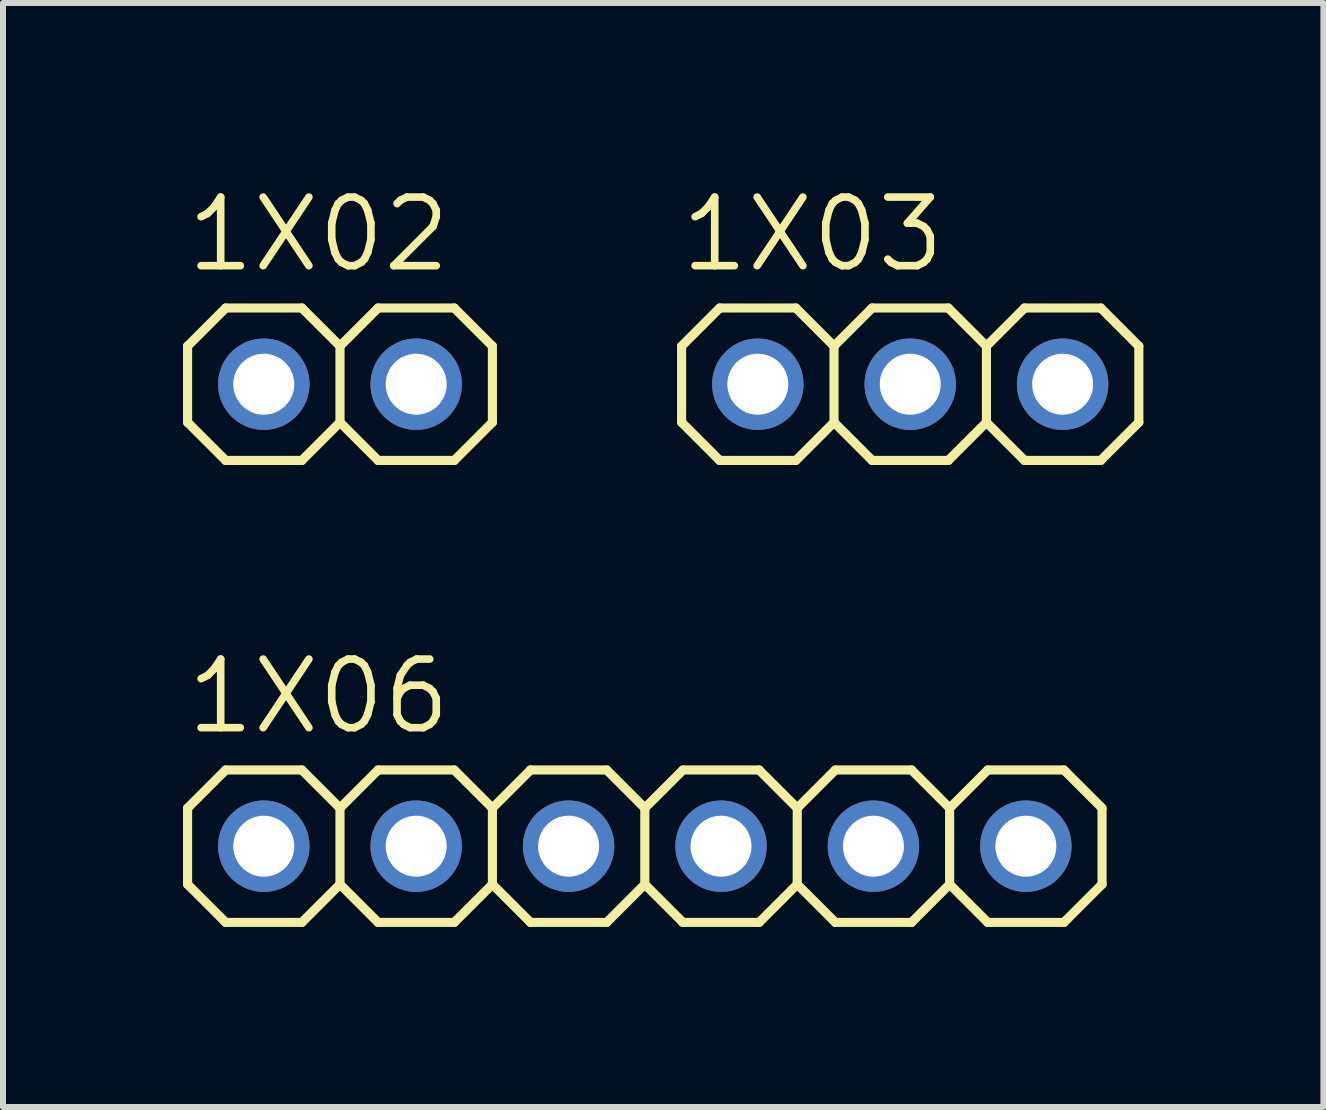
<source format=kicad_pcb>
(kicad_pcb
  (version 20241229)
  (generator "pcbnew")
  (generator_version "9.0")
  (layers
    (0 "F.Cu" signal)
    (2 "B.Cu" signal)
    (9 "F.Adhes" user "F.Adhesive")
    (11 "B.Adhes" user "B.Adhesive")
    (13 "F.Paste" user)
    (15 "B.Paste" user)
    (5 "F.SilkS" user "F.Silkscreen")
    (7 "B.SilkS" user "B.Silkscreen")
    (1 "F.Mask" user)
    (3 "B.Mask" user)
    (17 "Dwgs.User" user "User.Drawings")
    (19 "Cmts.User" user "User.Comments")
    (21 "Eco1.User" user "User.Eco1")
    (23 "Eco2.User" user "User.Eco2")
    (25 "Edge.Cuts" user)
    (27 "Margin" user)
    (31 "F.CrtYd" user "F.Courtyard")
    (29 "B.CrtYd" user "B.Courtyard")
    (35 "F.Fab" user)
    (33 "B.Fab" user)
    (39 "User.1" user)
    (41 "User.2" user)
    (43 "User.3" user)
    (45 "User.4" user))
  (footprint "1X03"
    (layer "F.Cu")
    (at 12.119 3.353)
    (property "Reference" "1X03" (at -3.886 -1.829 0) (layer "F.SilkS") (effects (font (size 1.143 1.143) (thickness 0.127)) (justify left bottom)))
    (fp_line (start -3.81 -0.635) (end -3.81 0.635) (stroke (width 0.152) (type solid)) (layer "F.SilkS"))
    (fp_line (start -3.81 0.635) (end -3.175 1.27) (stroke (width 0.152) (type solid)) (layer "F.SilkS"))
    (fp_line (start -3.175 -1.27) (end -3.81 -0.635) (stroke (width 0.152) (type solid)) (layer "F.SilkS"))
    (fp_line (start -3.175 -1.27) (end -1.905 -1.27) (stroke (width 0.152) (type solid)) (layer "F.SilkS"))
    (fp_line (start -1.905 -1.27) (end -1.27 -0.635) (stroke (width 0.152) (type solid)) (layer "F.SilkS"))
    (fp_line (start -1.905 1.27) (end -3.175 1.27) (stroke (width 0.152) (type solid)) (layer "F.SilkS"))
    (fp_line (start -1.27 -0.635) (end -1.27 0.635) (stroke (width 0.152) (type solid)) (layer "F.SilkS"))
    (fp_line (start -1.27 -0.635) (end -0.635 -1.27) (stroke (width 0.152) (type solid)) (layer "F.SilkS"))
    (fp_line (start -1.27 0.635) (end -1.905 1.27) (stroke (width 0.152) (type solid)) (layer "F.SilkS"))
    (fp_line (start -0.635 -1.27) (end 0.635 -1.27) (stroke (width 0.152) (type solid)) (layer "F.SilkS"))
    (fp_line (start -0.635 1.27) (end -1.27 0.635) (stroke (width 0.152) (type solid)) (layer "F.SilkS"))
    (fp_line (start 0.635 -1.27) (end 1.27 -0.635) (stroke (width 0.152) (type solid)) (layer "F.SilkS"))
    (fp_line (start 0.635 1.27) (end -0.635 1.27) (stroke (width 0.152) (type solid)) (layer "F.SilkS"))
    (fp_line (start 1.27 -0.635) (end 1.27 0.635) (stroke (width 0.152) (type solid)) (layer "F.SilkS"))
    (fp_line (start 1.27 -0.635) (end 1.905 -1.27) (stroke (width 0.152) (type solid)) (layer "F.SilkS"))
    (fp_line (start 1.27 0.635) (end 0.635 1.27) (stroke (width 0.152) (type solid)) (layer "F.SilkS"))
    (fp_line (start 1.905 -1.27) (end 3.175 -1.27) (stroke (width 0.152) (type solid)) (layer "F.SilkS"))
    (fp_line (start 1.905 1.27) (end 1.27 0.635) (stroke (width 0.152) (type solid)) (layer "F.SilkS"))
    (fp_line (start 3.175 -1.27) (end 3.81 -0.635) (stroke (width 0.152) (type solid)) (layer "F.SilkS"))
    (fp_line (start 3.175 1.27) (end 1.905 1.27) (stroke (width 0.152) (type solid)) (layer "F.SilkS"))
    (fp_line (start 3.81 -0.635) (end 3.81 0.635) (stroke (width 0.152) (type solid)) (layer "F.SilkS"))
    (fp_line (start 3.81 0.635) (end 3.175 1.27) (stroke (width 0.152) (type solid)) (layer "F.SilkS"))
    (fp_poly (pts (xy -2.794 0.254) (xy -2.286 0.254) (xy -2.286 -0.254) (xy -2.794 -0.254)) (stroke (width 0.1) (type solid)) (fill no) (layer "F.Fab"))
    (fp_poly (pts (xy -0.254 0.254) (xy 0.254 0.254) (xy 0.254 -0.254) (xy -0.254 -0.254)) (stroke (width 0.1) (type solid)) (fill no) (layer "F.Fab"))
    (fp_poly (pts (xy 2.286 0.254) (xy 2.794 0.254) (xy 2.794 -0.254) (xy 2.286 -0.254)) (stroke (width 0.1) (type solid)) (fill no) (layer "F.Fab"))
    (pad "1" thru_hole circle (at -2.54 0 90) (size 1.524 1.524) (drill 1.016) (layers "*.Cu" "*.Mask"))
    (pad "2" thru_hole circle (at 0 0 90) (size 1.524 1.524) (drill 1.016) (layers "*.Cu" "*.Mask"))
    (pad "3" thru_hole circle (at 2.54 0 90) (size 1.524 1.524) (drill 1.016) (layers "*.Cu" "*.Mask")))
  (footprint "1X06"
    (layer "F.Cu")
    (at 7.696 11.052)
    (property "Reference" "1X06" (at -7.696 -1.829 0) (layer "F.SilkS") (effects (font (size 1.143 1.143) (thickness 0.127)) (justify left bottom)))
    (fp_line (start -7.62 -0.635) (end -7.62 0.635) (stroke (width 0.152) (type solid)) (layer "F.SilkS"))
    (fp_line (start -7.62 0.635) (end -6.985 1.27) (stroke (width 0.152) (type solid)) (layer "F.SilkS"))
    (fp_line (start -6.985 -1.27) (end -7.62 -0.635) (stroke (width 0.152) (type solid)) (layer "F.SilkS"))
    (fp_line (start -6.985 -1.27) (end -5.715 -1.27) (stroke (width 0.152) (type solid)) (layer "F.SilkS"))
    (fp_line (start -5.715 -1.27) (end -5.08 -0.635) (stroke (width 0.152) (type solid)) (layer "F.SilkS"))
    (fp_line (start -5.715 1.27) (end -6.985 1.27) (stroke (width 0.152) (type solid)) (layer "F.SilkS"))
    (fp_line (start -5.08 -0.635) (end -5.08 0.635) (stroke (width 0.152) (type solid)) (layer "F.SilkS"))
    (fp_line (start -5.08 -0.635) (end -4.445 -1.27) (stroke (width 0.152) (type solid)) (layer "F.SilkS"))
    (fp_line (start -5.08 0.635) (end -5.715 1.27) (stroke (width 0.152) (type solid)) (layer "F.SilkS"))
    (fp_line (start -4.445 -1.27) (end -3.175 -1.27) (stroke (width 0.152) (type solid)) (layer "F.SilkS"))
    (fp_line (start -4.445 1.27) (end -5.08 0.635) (stroke (width 0.152) (type solid)) (layer "F.SilkS"))
    (fp_line (start -3.175 -1.27) (end -2.54 -0.635) (stroke (width 0.152) (type solid)) (layer "F.SilkS"))
    (fp_line (start -3.175 1.27) (end -4.445 1.27) (stroke (width 0.152) (type solid)) (layer "F.SilkS"))
    (fp_line (start -2.54 -0.635) (end -2.54 0.635) (stroke (width 0.152) (type solid)) (layer "F.SilkS"))
    (fp_line (start -2.54 -0.635) (end -1.905 -1.27) (stroke (width 0.152) (type solid)) (layer "F.SilkS"))
    (fp_line (start -2.54 0.635) (end -3.175 1.27) (stroke (width 0.152) (type solid)) (layer "F.SilkS"))
    (fp_line (start -1.905 -1.27) (end -0.635 -1.27) (stroke (width 0.152) (type solid)) (layer "F.SilkS"))
    (fp_line (start -1.905 1.27) (end -2.54 0.635) (stroke (width 0.152) (type solid)) (layer "F.SilkS"))
    (fp_line (start -0.635 -1.27) (end 0 -0.635) (stroke (width 0.152) (type solid)) (layer "F.SilkS"))
    (fp_line (start -0.635 1.27) (end -1.905 1.27) (stroke (width 0.152) (type solid)) (layer "F.SilkS"))
    (fp_line (start 0 -0.635) (end 0 0.635) (stroke (width 0.152) (type solid)) (layer "F.SilkS"))
    (fp_line (start 0 0.635) (end -0.635 1.27) (stroke (width 0.152) (type solid)) (layer "F.SilkS"))
    (fp_line (start 0 0.635) (end 0.635 1.27) (stroke (width 0.152) (type solid)) (layer "F.SilkS"))
    (fp_line (start 0.635 -1.27) (end 0 -0.635) (stroke (width 0.152) (type solid)) (layer "F.SilkS"))
    (fp_line (start 0.635 -1.27) (end 1.905 -1.27) (stroke (width 0.152) (type solid)) (layer "F.SilkS"))
    (fp_line (start 1.905 -1.27) (end 2.54 -0.635) (stroke (width 0.152) (type solid)) (layer "F.SilkS"))
    (fp_line (start 1.905 1.27) (end 0.635 1.27) (stroke (width 0.152) (type solid)) (layer "F.SilkS"))
    (fp_line (start 2.54 -0.635) (end 2.54 0.635) (stroke (width 0.152) (type solid)) (layer "F.SilkS"))
    (fp_line (start 2.54 -0.635) (end 3.175 -1.27) (stroke (width 0.152) (type solid)) (layer "F.SilkS"))
    (fp_line (start 2.54 0.635) (end 1.905 1.27) (stroke (width 0.152) (type solid)) (layer "F.SilkS"))
    (fp_line (start 3.175 -1.27) (end 4.445 -1.27) (stroke (width 0.152) (type solid)) (layer "F.SilkS"))
    (fp_line (start 3.175 1.27) (end 2.54 0.635) (stroke (width 0.152) (type solid)) (layer "F.SilkS"))
    (fp_line (start 4.445 -1.27) (end 5.08 -0.635) (stroke (width 0.152) (type solid)) (layer "F.SilkS"))
    (fp_line (start 4.445 1.27) (end 3.175 1.27) (stroke (width 0.152) (type solid)) (layer "F.SilkS"))
    (fp_line (start 5.08 -0.635) (end 5.08 0.635) (stroke (width 0.152) (type solid)) (layer "F.SilkS"))
    (fp_line (start 5.08 0.635) (end 4.445 1.27) (stroke (width 0.152) (type solid)) (layer "F.SilkS"))
    (fp_line (start 5.08 0.635) (end 5.715 1.27) (stroke (width 0.152) (type solid)) (layer "F.SilkS"))
    (fp_line (start 5.715 -1.27) (end 5.08 -0.635) (stroke (width 0.152) (type solid)) (layer "F.SilkS"))
    (fp_line (start 5.715 -1.27) (end 6.985 -1.27) (stroke (width 0.152) (type solid)) (layer "F.SilkS"))
    (fp_line (start 6.985 -1.27) (end 7.62 -0.635) (stroke (width 0.152) (type solid)) (layer "F.SilkS"))
    (fp_line (start 6.985 1.27) (end 5.715 1.27) (stroke (width 0.152) (type solid)) (layer "F.SilkS"))
    (fp_line (start 7.62 -0.635) (end 7.62 0.635) (stroke (width 0.152) (type solid)) (layer "F.SilkS"))
    (fp_line (start 7.62 0.635) (end 6.985 1.27) (stroke (width 0.152) (type solid)) (layer "F.SilkS"))
    (fp_poly (pts (xy -6.604 0.254) (xy -6.096 0.254) (xy -6.096 -0.254) (xy -6.604 -0.254)) (stroke (width 0.1) (type solid)) (fill no) (layer "F.Fab"))
    (fp_poly (pts (xy -4.064 0.254) (xy -3.556 0.254) (xy -3.556 -0.254) (xy -4.064 -0.254)) (stroke (width 0.1) (type solid)) (fill no) (layer "F.Fab"))
    (fp_poly (pts (xy -1.524 0.254) (xy -1.016 0.254) (xy -1.016 -0.254) (xy -1.524 -0.254)) (stroke (width 0.1) (type solid)) (fill no) (layer "F.Fab"))
    (fp_poly (pts (xy 1.016 0.254) (xy 1.524 0.254) (xy 1.524 -0.254) (xy 1.016 -0.254)) (stroke (width 0.1) (type solid)) (fill no) (layer "F.Fab"))
    (fp_poly (pts (xy 3.556 0.254) (xy 4.064 0.254) (xy 4.064 -0.254) (xy 3.556 -0.254)) (stroke (width 0.1) (type solid)) (fill no) (layer "F.Fab"))
    (fp_poly (pts (xy 6.096 0.254) (xy 6.604 0.254) (xy 6.604 -0.254) (xy 6.096 -0.254)) (stroke (width 0.1) (type solid)) (fill no) (layer "F.Fab"))
    (pad "1" thru_hole circle (at -6.35 0 90) (size 1.524 1.524) (drill 1.016) (layers "*.Cu" "*.Mask"))
    (pad "2" thru_hole circle (at -3.81 0 90) (size 1.524 1.524) (drill 1.016) (layers "*.Cu" "*.Mask"))
    (pad "3" thru_hole circle (at -1.27 0 90) (size 1.524 1.524) (drill 1.016) (layers "*.Cu" "*.Mask"))
    (pad "4" thru_hole circle (at 1.27 0 90) (size 1.524 1.524) (drill 1.016) (layers "*.Cu" "*.Mask"))
    (pad "5" thru_hole circle (at 3.81 0 90) (size 1.524 1.524) (drill 1.016) (layers "*.Cu" "*.Mask"))
    (pad "6" thru_hole circle (at 6.35 0 90) (size 1.524 1.524) (drill 1.016) (layers "*.Cu" "*.Mask")))
  (footprint "1X02"
    (layer "F.Cu")
    (at 2.616 3.353)
    (property "Reference" "1X02" (at -2.616 -1.829 0) (layer "F.SilkS") (effects (font (size 1.143 1.143) (thickness 0.127)) (justify left bottom)))
    (fp_line (start -2.54 -0.635) (end -2.54 0.635) (stroke (width 0.152) (type solid)) (layer "F.SilkS"))
    (fp_line (start -2.54 0.635) (end -1.905 1.27) (stroke (width 0.152) (type solid)) (layer "F.SilkS"))
    (fp_line (start -1.905 -1.27) (end -2.54 -0.635) (stroke (width 0.152) (type solid)) (layer "F.SilkS"))
    (fp_line (start -1.905 -1.27) (end -0.635 -1.27) (stroke (width 0.152) (type solid)) (layer "F.SilkS"))
    (fp_line (start -0.635 -1.27) (end 0 -0.635) (stroke (width 0.152) (type solid)) (layer "F.SilkS"))
    (fp_line (start -0.635 1.27) (end -1.905 1.27) (stroke (width 0.152) (type solid)) (layer "F.SilkS"))
    (fp_line (start 0 -0.635) (end 0 0.635) (stroke (width 0.152) (type solid)) (layer "F.SilkS"))
    (fp_line (start 0 -0.635) (end 0.635 -1.27) (stroke (width 0.152) (type solid)) (layer "F.SilkS"))
    (fp_line (start 0 0.635) (end -0.635 1.27) (stroke (width 0.152) (type solid)) (layer "F.SilkS"))
    (fp_line (start 0.635 -1.27) (end 1.905 -1.27) (stroke (width 0.152) (type solid)) (layer "F.SilkS"))
    (fp_line (start 0.635 1.27) (end 0 0.635) (stroke (width 0.152) (type solid)) (layer "F.SilkS"))
    (fp_line (start 1.905 -1.27) (end 2.54 -0.635) (stroke (width 0.152) (type solid)) (layer "F.SilkS"))
    (fp_line (start 1.905 1.27) (end 0.635 1.27) (stroke (width 0.152) (type solid)) (layer "F.SilkS"))
    (fp_line (start 2.54 -0.635) (end 2.54 0.635) (stroke (width 0.152) (type solid)) (layer "F.SilkS"))
    (fp_line (start 2.54 0.635) (end 1.905 1.27) (stroke (width 0.152) (type solid)) (layer "F.SilkS"))
    (fp_poly (pts (xy -1.524 0.254) (xy -1.016 0.254) (xy -1.016 -0.254) (xy -1.524 -0.254)) (stroke (width 0.1) (type solid)) (fill no) (layer "F.Fab"))
    (fp_poly (pts (xy 1.016 0.254) (xy 1.524 0.254) (xy 1.524 -0.254) (xy 1.016 -0.254)) (stroke (width 0.1) (type solid)) (fill no) (layer "F.Fab"))
    (pad "1" thru_hole circle (at -1.27 0 90) (size 1.524 1.524) (drill 1.016) (layers "*.Cu" "*.Mask"))
    (pad "2" thru_hole circle (at 1.27 0 90) (size 1.524 1.524) (drill 1.016) (layers "*.Cu" "*.Mask")))
  (gr_rect
    (start -3 -3)
    (end 19.005 15.398)
    (stroke (width 0.1) (type default))
    (fill no)
    (layer "Edge.Cuts")))
</source>
